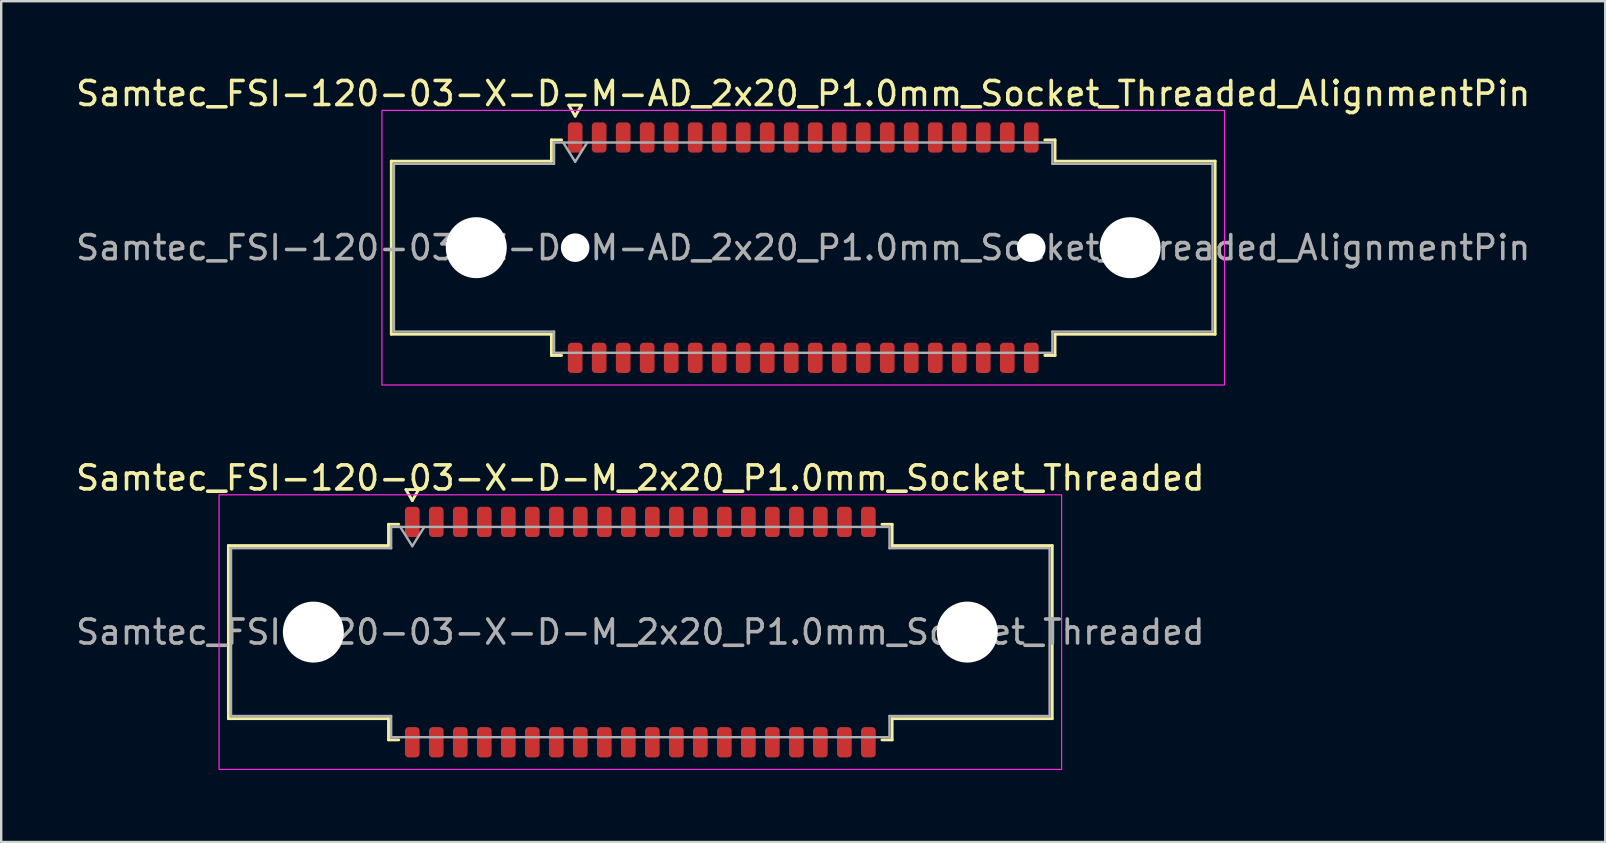
<source format=kicad_pcb>
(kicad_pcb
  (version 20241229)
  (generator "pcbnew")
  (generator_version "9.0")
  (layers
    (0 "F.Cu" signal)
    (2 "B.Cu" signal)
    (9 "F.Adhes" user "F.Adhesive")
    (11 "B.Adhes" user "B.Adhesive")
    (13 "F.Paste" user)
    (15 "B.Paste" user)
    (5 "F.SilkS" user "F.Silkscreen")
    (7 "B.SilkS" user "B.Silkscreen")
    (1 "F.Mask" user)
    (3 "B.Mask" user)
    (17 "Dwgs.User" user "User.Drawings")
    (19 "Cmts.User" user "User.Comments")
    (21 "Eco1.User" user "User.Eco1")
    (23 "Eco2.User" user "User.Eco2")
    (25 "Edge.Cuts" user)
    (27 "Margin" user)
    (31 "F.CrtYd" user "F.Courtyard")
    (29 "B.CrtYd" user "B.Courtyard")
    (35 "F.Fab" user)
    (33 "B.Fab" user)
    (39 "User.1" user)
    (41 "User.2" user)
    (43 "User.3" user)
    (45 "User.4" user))
  (footprint "Samtec_FSI-120-03-X-D-M_2x20_P1.0mm_Socket_Threaded"
    (layer "F.Cu")
    (at 23.625 23.282)
    (property "Reference" "Samtec_FSI-120-03-X-D-M_2x20_P1.0mm_Socket_Threaded" (at 0 -6.42 0) (layer "F.SilkS") (effects (font (size 1 1) (thickness 0.15))))
    (attr smd)
    (fp_line (start -17.16 -3.605) (end -10.49 -3.605) (stroke (width 0.12) (type solid)) (layer "F.SilkS"))
    (fp_line (start -17.16 3.605) (end -17.16 -3.605) (stroke (width 0.12) (type solid)) (layer "F.SilkS"))
    (fp_line (start -10.49 -4.49) (end -10.065 -4.49) (stroke (width 0.12) (type solid)) (layer "F.SilkS"))
    (fp_line (start -10.49 -3.605) (end -10.49 -4.49) (stroke (width 0.12) (type solid)) (layer "F.SilkS"))
    (fp_line (start -10.49 3.605) (end -17.16 3.605) (stroke (width 0.12) (type solid)) (layer "F.SilkS"))
    (fp_line (start -10.49 4.49) (end -10.49 3.605) (stroke (width 0.12) (type solid)) (layer "F.SilkS"))
    (fp_line (start -10.065 4.49) (end -10.49 4.49) (stroke (width 0.12) (type solid)) (layer "F.SilkS"))
    (fp_line (start -9.764 -5.938) (end -9.5 -5.48) (stroke (width 0.12) (type solid)) (layer "F.SilkS"))
    (fp_line (start -9.5 -5.48) (end -9.236 -5.938) (stroke (width 0.12) (type solid)) (layer "F.SilkS"))
    (fp_line (start -9.236 -5.938) (end -9.764 -5.938) (stroke (width 0.12) (type solid)) (layer "F.SilkS"))
    (fp_line (start 10.065 -4.49) (end 10.49 -4.49) (stroke (width 0.12) (type solid)) (layer "F.SilkS"))
    (fp_line (start 10.49 -4.49) (end 10.49 -3.605) (stroke (width 0.12) (type solid)) (layer "F.SilkS"))
    (fp_line (start 10.49 -3.605) (end 17.16 -3.605) (stroke (width 0.12) (type solid)) (layer "F.SilkS"))
    (fp_line (start 10.49 3.605) (end 10.49 4.49) (stroke (width 0.12) (type solid)) (layer "F.SilkS"))
    (fp_line (start 10.49 4.49) (end 10.065 4.49) (stroke (width 0.12) (type solid)) (layer "F.SilkS"))
    (fp_line (start 17.16 -3.605) (end 17.16 3.605) (stroke (width 0.12) (type solid)) (layer "F.SilkS"))
    (fp_line (start 17.16 3.605) (end 10.49 3.605) (stroke (width 0.12) (type solid)) (layer "F.SilkS"))
    (fp_rect (start -17.55 -5.72) (end 17.55 5.72) (stroke (width 0.05) (type solid)) (fill no) (layer "F.CrtYd"))
    (fp_line (start -17.05 -3.495) (end -10.38 -3.495) (stroke (width 0.1) (type solid)) (layer "F.Fab"))
    (fp_line (start -17.05 3.495) (end -17.05 -3.495) (stroke (width 0.1) (type solid)) (layer "F.Fab"))
    (fp_line (start -10.38 -4.38) (end 10.38 -4.38) (stroke (width 0.1) (type solid)) (layer "F.Fab"))
    (fp_line (start -10.38 -3.495) (end -10.38 -4.38) (stroke (width 0.1) (type solid)) (layer "F.Fab"))
    (fp_line (start -10.38 3.495) (end -17.05 3.495) (stroke (width 0.1) (type solid)) (layer "F.Fab"))
    (fp_line (start -10.38 4.38) (end -10.38 3.495) (stroke (width 0.1) (type solid)) (layer "F.Fab"))
    (fp_line (start -10 -4.38) (end -9.5 -3.58) (stroke (width 0.1) (type solid)) (layer "F.Fab"))
    (fp_line (start -9.5 -3.58) (end -9 -4.38) (stroke (width 0.1) (type solid)) (layer "F.Fab"))
    (fp_line (start 10.38 -4.38) (end 10.38 -3.495) (stroke (width 0.1) (type solid)) (layer "F.Fab"))
    (fp_line (start 10.38 -3.495) (end 17.05 -3.495) (stroke (width 0.1) (type solid)) (layer "F.Fab"))
    (fp_line (start 10.38 3.495) (end 10.38 4.38) (stroke (width 0.1) (type solid)) (layer "F.Fab"))
    (fp_line (start 10.38 4.38) (end -10.38 4.38) (stroke (width 0.1) (type solid)) (layer "F.Fab"))
    (fp_line (start 17.05 -3.495) (end 17.05 3.495) (stroke (width 0.1) (type solid)) (layer "F.Fab"))
    (fp_line (start 17.05 3.495) (end 10.38 3.495) (stroke (width 0.1) (type solid)) (layer "F.Fab"))
    (fp_text user "${REFERENCE}" (at 0 0 0) (layer "F.Fab") (effects (font (size 1 1) (thickness 0.15))))
    (pad "" np_thru_hole circle (at -13.62 0) (size 2.54 2.54) (drill 2.54) (layers "*.Cu" "*.Mask"))
    (pad "" np_thru_hole circle (at 13.62 0) (size 2.54 2.54) (drill 2.54) (layers "*.Cu" "*.Mask"))
    (pad "1" smd roundrect (at -9.5 -4.59) (size 0.61 1.26) (layers "F.Cu" "F.Mask" "F.Paste") (roundrect_rratio 0.25))
    (pad "2" smd roundrect (at -9.5 4.59) (size 0.61 1.26) (layers "F.Cu" "F.Mask" "F.Paste") (roundrect_rratio 0.25))
    (pad "3" smd roundrect (at -8.5 -4.59) (size 0.61 1.26) (layers "F.Cu" "F.Mask" "F.Paste") (roundrect_rratio 0.25))
    (pad "4" smd roundrect (at -8.5 4.59) (size 0.61 1.26) (layers "F.Cu" "F.Mask" "F.Paste") (roundrect_rratio 0.25))
    (pad "5" smd roundrect (at -7.5 -4.59) (size 0.61 1.26) (layers "F.Cu" "F.Mask" "F.Paste") (roundrect_rratio 0.25))
    (pad "6" smd roundrect (at -7.5 4.59) (size 0.61 1.26) (layers "F.Cu" "F.Mask" "F.Paste") (roundrect_rratio 0.25))
    (pad "7" smd roundrect (at -6.5 -4.59) (size 0.61 1.26) (layers "F.Cu" "F.Mask" "F.Paste") (roundrect_rratio 0.25))
    (pad "8" smd roundrect (at -6.5 4.59) (size 0.61 1.26) (layers "F.Cu" "F.Mask" "F.Paste") (roundrect_rratio 0.25))
    (pad "9" smd roundrect (at -5.5 -4.59) (size 0.61 1.26) (layers "F.Cu" "F.Mask" "F.Paste") (roundrect_rratio 0.25))
    (pad "10" smd roundrect (at -5.5 4.59) (size 0.61 1.26) (layers "F.Cu" "F.Mask" "F.Paste") (roundrect_rratio 0.25))
    (pad "11" smd roundrect (at -4.5 -4.59) (size 0.61 1.26) (layers "F.Cu" "F.Mask" "F.Paste") (roundrect_rratio 0.25))
    (pad "12" smd roundrect (at -4.5 4.59) (size 0.61 1.26) (layers "F.Cu" "F.Mask" "F.Paste") (roundrect_rratio 0.25))
    (pad "13" smd roundrect (at -3.5 -4.59) (size 0.61 1.26) (layers "F.Cu" "F.Mask" "F.Paste") (roundrect_rratio 0.25))
    (pad "14" smd roundrect (at -3.5 4.59) (size 0.61 1.26) (layers "F.Cu" "F.Mask" "F.Paste") (roundrect_rratio 0.25))
    (pad "15" smd roundrect (at -2.5 -4.59) (size 0.61 1.26) (layers "F.Cu" "F.Mask" "F.Paste") (roundrect_rratio 0.25))
    (pad "16" smd roundrect (at -2.5 4.59) (size 0.61 1.26) (layers "F.Cu" "F.Mask" "F.Paste") (roundrect_rratio 0.25))
    (pad "17" smd roundrect (at -1.5 -4.59) (size 0.61 1.26) (layers "F.Cu" "F.Mask" "F.Paste") (roundrect_rratio 0.25))
    (pad "18" smd roundrect (at -1.5 4.59) (size 0.61 1.26) (layers "F.Cu" "F.Mask" "F.Paste") (roundrect_rratio 0.25))
    (pad "19" smd roundrect (at -0.5 -4.59) (size 0.61 1.26) (layers "F.Cu" "F.Mask" "F.Paste") (roundrect_rratio 0.25))
    (pad "20" smd roundrect (at -0.5 4.59) (size 0.61 1.26) (layers "F.Cu" "F.Mask" "F.Paste") (roundrect_rratio 0.25))
    (pad "21" smd roundrect (at 0.5 -4.59) (size 0.61 1.26) (layers "F.Cu" "F.Mask" "F.Paste") (roundrect_rratio 0.25))
    (pad "22" smd roundrect (at 0.5 4.59) (size 0.61 1.26) (layers "F.Cu" "F.Mask" "F.Paste") (roundrect_rratio 0.25))
    (pad "23" smd roundrect (at 1.5 -4.59) (size 0.61 1.26) (layers "F.Cu" "F.Mask" "F.Paste") (roundrect_rratio 0.25))
    (pad "24" smd roundrect (at 1.5 4.59) (size 0.61 1.26) (layers "F.Cu" "F.Mask" "F.Paste") (roundrect_rratio 0.25))
    (pad "25" smd roundrect (at 2.5 -4.59) (size 0.61 1.26) (layers "F.Cu" "F.Mask" "F.Paste") (roundrect_rratio 0.25))
    (pad "26" smd roundrect (at 2.5 4.59) (size 0.61 1.26) (layers "F.Cu" "F.Mask" "F.Paste") (roundrect_rratio 0.25))
    (pad "27" smd roundrect (at 3.5 -4.59) (size 0.61 1.26) (layers "F.Cu" "F.Mask" "F.Paste") (roundrect_rratio 0.25))
    (pad "28" smd roundrect (at 3.5 4.59) (size 0.61 1.26) (layers "F.Cu" "F.Mask" "F.Paste") (roundrect_rratio 0.25))
    (pad "29" smd roundrect (at 4.5 -4.59) (size 0.61 1.26) (layers "F.Cu" "F.Mask" "F.Paste") (roundrect_rratio 0.25))
    (pad "30" smd roundrect (at 4.5 4.59) (size 0.61 1.26) (layers "F.Cu" "F.Mask" "F.Paste") (roundrect_rratio 0.25))
    (pad "31" smd roundrect (at 5.5 -4.59) (size 0.61 1.26) (layers "F.Cu" "F.Mask" "F.Paste") (roundrect_rratio 0.25))
    (pad "32" smd roundrect (at 5.5 4.59) (size 0.61 1.26) (layers "F.Cu" "F.Mask" "F.Paste") (roundrect_rratio 0.25))
    (pad "33" smd roundrect (at 6.5 -4.59) (size 0.61 1.26) (layers "F.Cu" "F.Mask" "F.Paste") (roundrect_rratio 0.25))
    (pad "34" smd roundrect (at 6.5 4.59) (size 0.61 1.26) (layers "F.Cu" "F.Mask" "F.Paste") (roundrect_rratio 0.25))
    (pad "35" smd roundrect (at 7.5 -4.59) (size 0.61 1.26) (layers "F.Cu" "F.Mask" "F.Paste") (roundrect_rratio 0.25))
    (pad "36" smd roundrect (at 7.5 4.59) (size 0.61 1.26) (layers "F.Cu" "F.Mask" "F.Paste") (roundrect_rratio 0.25))
    (pad "37" smd roundrect (at 8.5 -4.59) (size 0.61 1.26) (layers "F.Cu" "F.Mask" "F.Paste") (roundrect_rratio 0.25))
    (pad "38" smd roundrect (at 8.5 4.59) (size 0.61 1.26) (layers "F.Cu" "F.Mask" "F.Paste") (roundrect_rratio 0.25))
    (pad "39" smd roundrect (at 9.5 -4.59) (size 0.61 1.26) (layers "F.Cu" "F.Mask" "F.Paste") (roundrect_rratio 0.25))
    (pad "40" smd roundrect (at 9.5 4.59) (size 0.61 1.26) (layers "F.Cu" "F.Mask" "F.Paste") (roundrect_rratio 0.25)))
  (footprint "Samtec_FSI-120-03-X-D-M-AD_2x20_P1.0mm_Socket_Threaded_AlignmentPin"
    (layer "F.Cu")
    (at 30.411 7.268)
    (property "Reference" "Samtec_FSI-120-03-X-D-M-AD_2x20_P1.0mm_Socket_Threaded_AlignmentPin" (at 0 -6.42 0) (layer "F.SilkS") (effects (font (size 1 1) (thickness 0.15))))
    (attr smd)
    (fp_line (start -17.16 -3.605) (end -10.49 -3.605) (stroke (width 0.12) (type solid)) (layer "F.SilkS"))
    (fp_line (start -17.16 3.605) (end -17.16 -3.605) (stroke (width 0.12) (type solid)) (layer "F.SilkS"))
    (fp_line (start -10.49 -4.49) (end -10.065 -4.49) (stroke (width 0.12) (type solid)) (layer "F.SilkS"))
    (fp_line (start -10.49 -3.605) (end -10.49 -4.49) (stroke (width 0.12) (type solid)) (layer "F.SilkS"))
    (fp_line (start -10.49 3.605) (end -17.16 3.605) (stroke (width 0.12) (type solid)) (layer "F.SilkS"))
    (fp_line (start -10.49 4.49) (end -10.49 3.605) (stroke (width 0.12) (type solid)) (layer "F.SilkS"))
    (fp_line (start -10.065 4.49) (end -10.49 4.49) (stroke (width 0.12) (type solid)) (layer "F.SilkS"))
    (fp_line (start -9.764 -5.938) (end -9.5 -5.48) (stroke (width 0.12) (type solid)) (layer "F.SilkS"))
    (fp_line (start -9.5 -5.48) (end -9.236 -5.938) (stroke (width 0.12) (type solid)) (layer "F.SilkS"))
    (fp_line (start -9.236 -5.938) (end -9.764 -5.938) (stroke (width 0.12) (type solid)) (layer "F.SilkS"))
    (fp_line (start 10.065 -4.49) (end 10.49 -4.49) (stroke (width 0.12) (type solid)) (layer "F.SilkS"))
    (fp_line (start 10.49 -4.49) (end 10.49 -3.605) (stroke (width 0.12) (type solid)) (layer "F.SilkS"))
    (fp_line (start 10.49 -3.605) (end 17.16 -3.605) (stroke (width 0.12) (type solid)) (layer "F.SilkS"))
    (fp_line (start 10.49 3.605) (end 10.49 4.49) (stroke (width 0.12) (type solid)) (layer "F.SilkS"))
    (fp_line (start 10.49 4.49) (end 10.065 4.49) (stroke (width 0.12) (type solid)) (layer "F.SilkS"))
    (fp_line (start 17.16 -3.605) (end 17.16 3.605) (stroke (width 0.12) (type solid)) (layer "F.SilkS"))
    (fp_line (start 17.16 3.605) (end 10.49 3.605) (stroke (width 0.12) (type solid)) (layer "F.SilkS"))
    (fp_rect (start -17.55 -5.72) (end 17.55 5.72) (stroke (width 0.05) (type solid)) (fill no) (layer "F.CrtYd"))
    (fp_line (start -17.05 -3.495) (end -10.38 -3.495) (stroke (width 0.1) (type solid)) (layer "F.Fab"))
    (fp_line (start -17.05 3.495) (end -17.05 -3.495) (stroke (width 0.1) (type solid)) (layer "F.Fab"))
    (fp_line (start -10.38 -4.38) (end 10.38 -4.38) (stroke (width 0.1) (type solid)) (layer "F.Fab"))
    (fp_line (start -10.38 -3.495) (end -10.38 -4.38) (stroke (width 0.1) (type solid)) (layer "F.Fab"))
    (fp_line (start -10.38 3.495) (end -17.05 3.495) (stroke (width 0.1) (type solid)) (layer "F.Fab"))
    (fp_line (start -10.38 4.38) (end -10.38 3.495) (stroke (width 0.1) (type solid)) (layer "F.Fab"))
    (fp_line (start -10 -4.38) (end -9.5 -3.58) (stroke (width 0.1) (type solid)) (layer "F.Fab"))
    (fp_line (start -9.5 -3.58) (end -9 -4.38) (stroke (width 0.1) (type solid)) (layer "F.Fab"))
    (fp_line (start 10.38 -4.38) (end 10.38 -3.495) (stroke (width 0.1) (type solid)) (layer "F.Fab"))
    (fp_line (start 10.38 -3.495) (end 17.05 -3.495) (stroke (width 0.1) (type solid)) (layer "F.Fab"))
    (fp_line (start 10.38 3.495) (end 10.38 4.38) (stroke (width 0.1) (type solid)) (layer "F.Fab"))
    (fp_line (start 10.38 4.38) (end -10.38 4.38) (stroke (width 0.1) (type solid)) (layer "F.Fab"))
    (fp_line (start 17.05 -3.495) (end 17.05 3.495) (stroke (width 0.1) (type solid)) (layer "F.Fab"))
    (fp_line (start 17.05 3.495) (end 10.38 3.495) (stroke (width 0.1) (type solid)) (layer "F.Fab"))
    (fp_text user "${REFERENCE}" (at 0 0 0) (layer "F.Fab") (effects (font (size 1 1) (thickness 0.15))))
    (pad "" np_thru_hole circle (at -13.62 0) (size 2.54 2.54) (drill 2.54) (layers "*.Cu" "*.Mask"))
    (pad "" np_thru_hole circle (at -9.5 0) (size 1.19 1.19) (drill 1.19) (layers "*.Cu" "*.Mask"))
    (pad "" np_thru_hole circle (at 9.5 0) (size 1.19 1.19) (drill 1.19) (layers "*.Cu" "*.Mask"))
    (pad "" np_thru_hole circle (at 13.62 0) (size 2.54 2.54) (drill 2.54) (layers "*.Cu" "*.Mask"))
    (pad "1" smd roundrect (at -9.5 -4.59) (size 0.61 1.26) (layers "F.Cu" "F.Mask" "F.Paste") (roundrect_rratio 0.25))
    (pad "2" smd roundrect (at -9.5 4.59) (size 0.61 1.26) (layers "F.Cu" "F.Mask" "F.Paste") (roundrect_rratio 0.25))
    (pad "3" smd roundrect (at -8.5 -4.59) (size 0.61 1.26) (layers "F.Cu" "F.Mask" "F.Paste") (roundrect_rratio 0.25))
    (pad "4" smd roundrect (at -8.5 4.59) (size 0.61 1.26) (layers "F.Cu" "F.Mask" "F.Paste") (roundrect_rratio 0.25))
    (pad "5" smd roundrect (at -7.5 -4.59) (size 0.61 1.26) (layers "F.Cu" "F.Mask" "F.Paste") (roundrect_rratio 0.25))
    (pad "6" smd roundrect (at -7.5 4.59) (size 0.61 1.26) (layers "F.Cu" "F.Mask" "F.Paste") (roundrect_rratio 0.25))
    (pad "7" smd roundrect (at -6.5 -4.59) (size 0.61 1.26) (layers "F.Cu" "F.Mask" "F.Paste") (roundrect_rratio 0.25))
    (pad "8" smd roundrect (at -6.5 4.59) (size 0.61 1.26) (layers "F.Cu" "F.Mask" "F.Paste") (roundrect_rratio 0.25))
    (pad "9" smd roundrect (at -5.5 -4.59) (size 0.61 1.26) (layers "F.Cu" "F.Mask" "F.Paste") (roundrect_rratio 0.25))
    (pad "10" smd roundrect (at -5.5 4.59) (size 0.61 1.26) (layers "F.Cu" "F.Mask" "F.Paste") (roundrect_rratio 0.25))
    (pad "11" smd roundrect (at -4.5 -4.59) (size 0.61 1.26) (layers "F.Cu" "F.Mask" "F.Paste") (roundrect_rratio 0.25))
    (pad "12" smd roundrect (at -4.5 4.59) (size 0.61 1.26) (layers "F.Cu" "F.Mask" "F.Paste") (roundrect_rratio 0.25))
    (pad "13" smd roundrect (at -3.5 -4.59) (size 0.61 1.26) (layers "F.Cu" "F.Mask" "F.Paste") (roundrect_rratio 0.25))
    (pad "14" smd roundrect (at -3.5 4.59) (size 0.61 1.26) (layers "F.Cu" "F.Mask" "F.Paste") (roundrect_rratio 0.25))
    (pad "15" smd roundrect (at -2.5 -4.59) (size 0.61 1.26) (layers "F.Cu" "F.Mask" "F.Paste") (roundrect_rratio 0.25))
    (pad "16" smd roundrect (at -2.5 4.59) (size 0.61 1.26) (layers "F.Cu" "F.Mask" "F.Paste") (roundrect_rratio 0.25))
    (pad "17" smd roundrect (at -1.5 -4.59) (size 0.61 1.26) (layers "F.Cu" "F.Mask" "F.Paste") (roundrect_rratio 0.25))
    (pad "18" smd roundrect (at -1.5 4.59) (size 0.61 1.26) (layers "F.Cu" "F.Mask" "F.Paste") (roundrect_rratio 0.25))
    (pad "19" smd roundrect (at -0.5 -4.59) (size 0.61 1.26) (layers "F.Cu" "F.Mask" "F.Paste") (roundrect_rratio 0.25))
    (pad "20" smd roundrect (at -0.5 4.59) (size 0.61 1.26) (layers "F.Cu" "F.Mask" "F.Paste") (roundrect_rratio 0.25))
    (pad "21" smd roundrect (at 0.5 -4.59) (size 0.61 1.26) (layers "F.Cu" "F.Mask" "F.Paste") (roundrect_rratio 0.25))
    (pad "22" smd roundrect (at 0.5 4.59) (size 0.61 1.26) (layers "F.Cu" "F.Mask" "F.Paste") (roundrect_rratio 0.25))
    (pad "23" smd roundrect (at 1.5 -4.59) (size 0.61 1.26) (layers "F.Cu" "F.Mask" "F.Paste") (roundrect_rratio 0.25))
    (pad "24" smd roundrect (at 1.5 4.59) (size 0.61 1.26) (layers "F.Cu" "F.Mask" "F.Paste") (roundrect_rratio 0.25))
    (pad "25" smd roundrect (at 2.5 -4.59) (size 0.61 1.26) (layers "F.Cu" "F.Mask" "F.Paste") (roundrect_rratio 0.25))
    (pad "26" smd roundrect (at 2.5 4.59) (size 0.61 1.26) (layers "F.Cu" "F.Mask" "F.Paste") (roundrect_rratio 0.25))
    (pad "27" smd roundrect (at 3.5 -4.59) (size 0.61 1.26) (layers "F.Cu" "F.Mask" "F.Paste") (roundrect_rratio 0.25))
    (pad "28" smd roundrect (at 3.5 4.59) (size 0.61 1.26) (layers "F.Cu" "F.Mask" "F.Paste") (roundrect_rratio 0.25))
    (pad "29" smd roundrect (at 4.5 -4.59) (size 0.61 1.26) (layers "F.Cu" "F.Mask" "F.Paste") (roundrect_rratio 0.25))
    (pad "30" smd roundrect (at 4.5 4.59) (size 0.61 1.26) (layers "F.Cu" "F.Mask" "F.Paste") (roundrect_rratio 0.25))
    (pad "31" smd roundrect (at 5.5 -4.59) (size 0.61 1.26) (layers "F.Cu" "F.Mask" "F.Paste") (roundrect_rratio 0.25))
    (pad "32" smd roundrect (at 5.5 4.59) (size 0.61 1.26) (layers "F.Cu" "F.Mask" "F.Paste") (roundrect_rratio 0.25))
    (pad "33" smd roundrect (at 6.5 -4.59) (size 0.61 1.26) (layers "F.Cu" "F.Mask" "F.Paste") (roundrect_rratio 0.25))
    (pad "34" smd roundrect (at 6.5 4.59) (size 0.61 1.26) (layers "F.Cu" "F.Mask" "F.Paste") (roundrect_rratio 0.25))
    (pad "35" smd roundrect (at 7.5 -4.59) (size 0.61 1.26) (layers "F.Cu" "F.Mask" "F.Paste") (roundrect_rratio 0.25))
    (pad "36" smd roundrect (at 7.5 4.59) (size 0.61 1.26) (layers "F.Cu" "F.Mask" "F.Paste") (roundrect_rratio 0.25))
    (pad "37" smd roundrect (at 8.5 -4.59) (size 0.61 1.26) (layers "F.Cu" "F.Mask" "F.Paste") (roundrect_rratio 0.25))
    (pad "38" smd roundrect (at 8.5 4.59) (size 0.61 1.26) (layers "F.Cu" "F.Mask" "F.Paste") (roundrect_rratio 0.25))
    (pad "39" smd roundrect (at 9.5 -4.59) (size 0.61 1.26) (layers "F.Cu" "F.Mask" "F.Paste") (roundrect_rratio 0.25))
    (pad "40" smd roundrect (at 9.5 4.59) (size 0.61 1.26) (layers "F.Cu" "F.Mask" "F.Paste") (roundrect_rratio 0.25)))
  (gr_rect
    (start -3 -3)
    (end 63.821 32.026)
    (stroke (width 0.1) (type default))
    (fill no)
    (layer "Edge.Cuts")))
</source>
